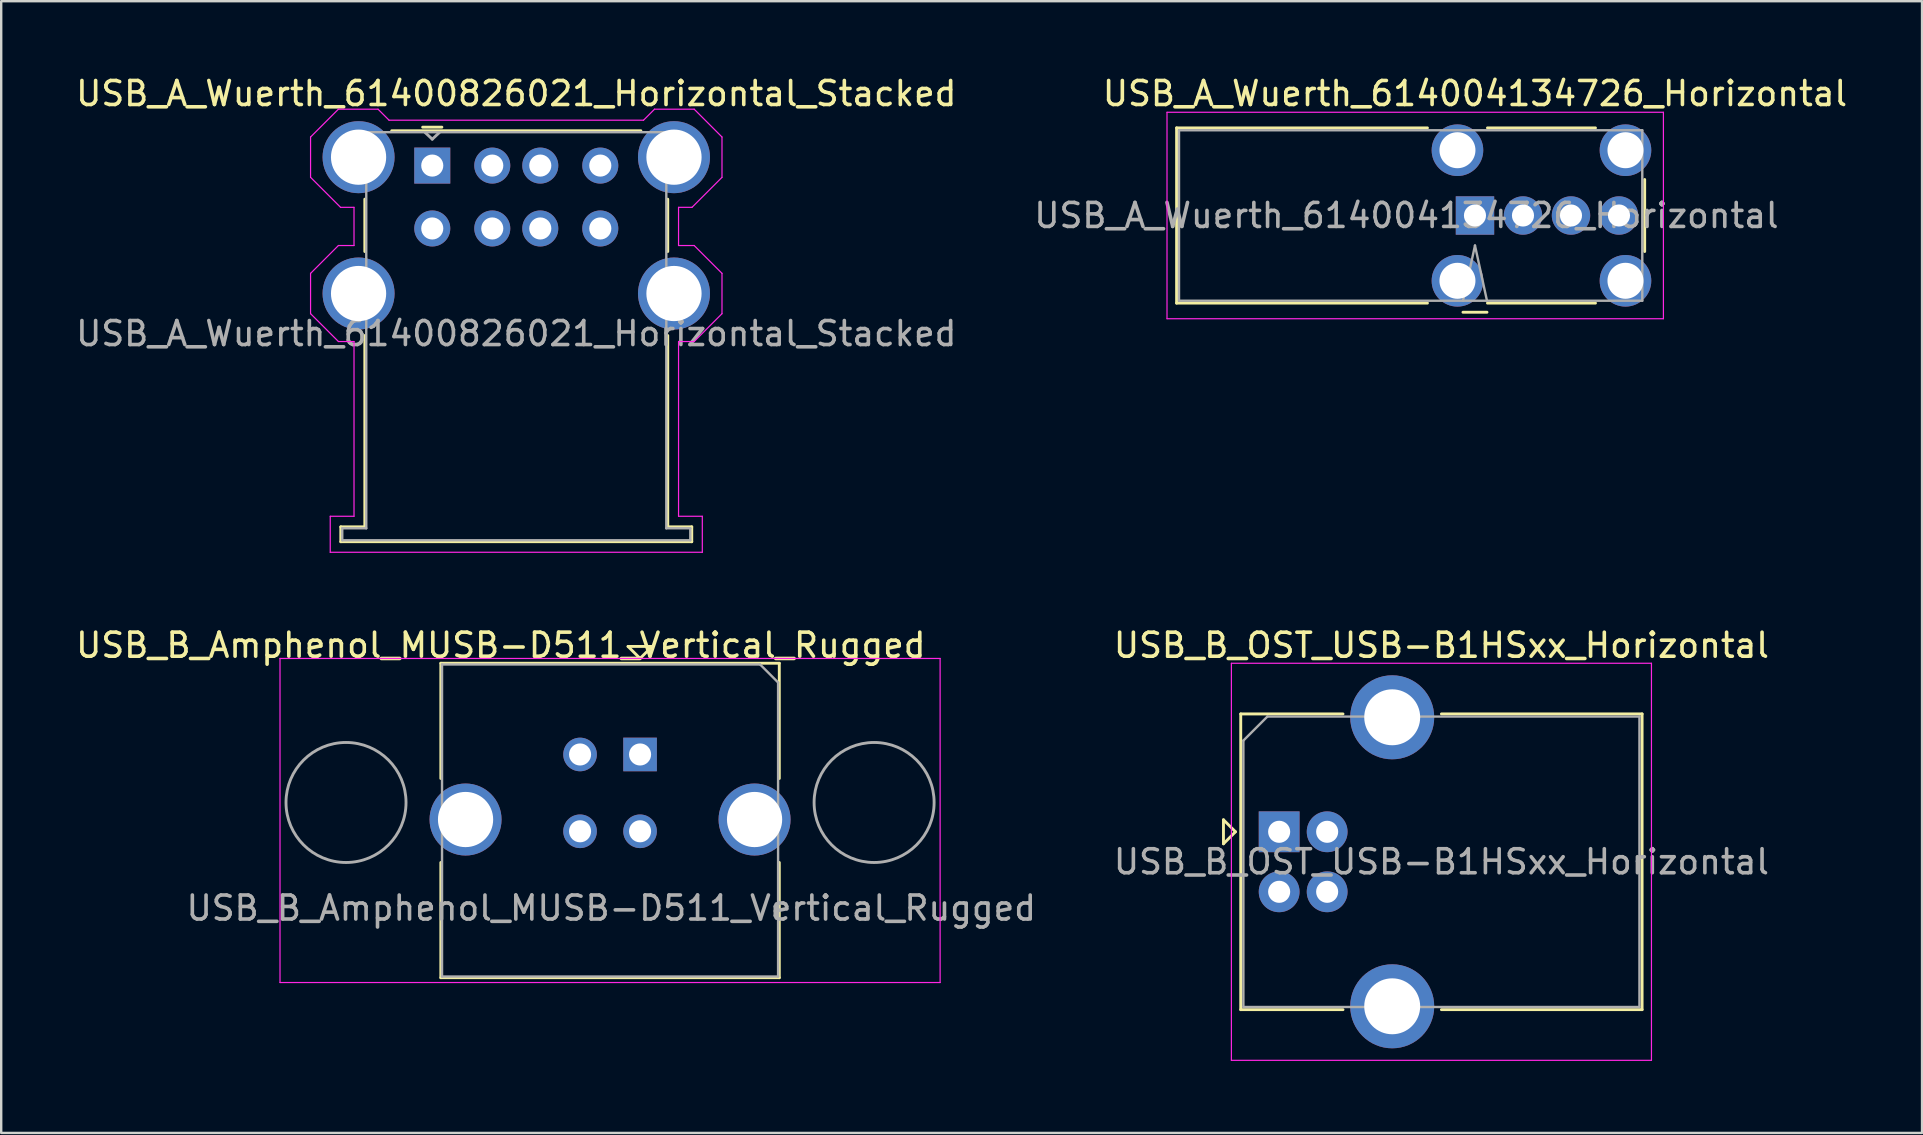
<source format=kicad_pcb>
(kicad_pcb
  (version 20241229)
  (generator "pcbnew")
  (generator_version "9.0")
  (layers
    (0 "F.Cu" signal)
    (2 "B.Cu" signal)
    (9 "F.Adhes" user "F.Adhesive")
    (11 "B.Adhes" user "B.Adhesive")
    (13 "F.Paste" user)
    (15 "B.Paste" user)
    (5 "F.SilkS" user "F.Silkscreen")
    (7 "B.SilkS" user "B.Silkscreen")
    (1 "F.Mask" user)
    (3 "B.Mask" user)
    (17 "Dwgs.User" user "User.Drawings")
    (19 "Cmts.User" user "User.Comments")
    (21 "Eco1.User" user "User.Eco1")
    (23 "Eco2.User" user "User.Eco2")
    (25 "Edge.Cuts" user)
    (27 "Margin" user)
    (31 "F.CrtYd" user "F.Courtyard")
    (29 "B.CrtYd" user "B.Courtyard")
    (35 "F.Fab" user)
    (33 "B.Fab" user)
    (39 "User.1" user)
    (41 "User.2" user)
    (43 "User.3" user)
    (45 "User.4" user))
  (footprint "USB_B_Amphenol_MUSB-D511_Vertical_Rugged"
    (layer "F.Cu")
    (at 23.615 28.381)
    (property "Reference" "USB_B_Amphenol_MUSB-D511_Vertical_Rugged" (at -5.8 -4.55 0) (layer "F.SilkS") (effects (font (size 1 1) (thickness 0.15))))
    (attr through_hole)
    (fp_line (start -8.3 -3.8) (end 5.8 -3.8) (stroke (width 0.12) (type solid)) (layer "F.SilkS"))
    (fp_line (start -8.3 1) (end -8.3 -3.8) (stroke (width 0.12) (type solid)) (layer "F.SilkS"))
    (fp_line (start -8.3 9.3) (end -8.3 4.5) (stroke (width 0.12) (type solid)) (layer "F.SilkS"))
    (fp_line (start -0.5 -4.5) (end 0 -4) (stroke (width 0.12) (type solid)) (layer "F.SilkS"))
    (fp_line (start 0 -4) (end 0.5 -4.5) (stroke (width 0.12) (type solid)) (layer "F.SilkS"))
    (fp_line (start 0.5 -4.5) (end -0.5 -4.5) (stroke (width 0.12) (type solid)) (layer "F.SilkS"))
    (fp_line (start 5.8 -3.8) (end 5.8 1) (stroke (width 0.12) (type solid)) (layer "F.SilkS"))
    (fp_line (start 5.8 4.5) (end 5.8 9.3) (stroke (width 0.12) (type solid)) (layer "F.SilkS"))
    (fp_line (start 5.8 9.3) (end -8.3 9.3) (stroke (width 0.12) (type solid)) (layer "F.SilkS"))
    (fp_line (start -15 -4) (end -15 9.5) (stroke (width 0.05) (type solid)) (layer "F.CrtYd"))
    (fp_line (start -15 -4) (end 12.5 -4) (stroke (width 0.05) (type solid)) (layer "F.CrtYd"))
    (fp_line (start 12.5 9.5) (end -15 9.5) (stroke (width 0.05) (type solid)) (layer "F.CrtYd"))
    (fp_line (start 12.5 9.5) (end 12.5 -4) (stroke (width 0.05) (type solid)) (layer "F.CrtYd"))
    (fp_line (start -8.25 -3.75) (end 5 -3.75) (stroke (width 0.1) (type solid)) (layer "F.Fab"))
    (fp_line (start -8.25 9.25) (end -8.25 -3.75) (stroke (width 0.1) (type solid)) (layer "F.Fab"))
    (fp_line (start 5 -3.75) (end 5.75 -3) (stroke (width 0.1) (type solid)) (layer "F.Fab"))
    (fp_line (start 5.75 -3) (end 5.75 9.25) (stroke (width 0.1) (type solid)) (layer "F.Fab"))
    (fp_line (start 5.75 9.25) (end -8.25 9.25) (stroke (width 0.1) (type solid)) (layer "F.Fab"))
    (fp_circle (center -12.25 2) (end -12.25 4.5) (stroke (width 0.12) (type solid)) (fill no) (layer "F.Fab"))
    (fp_circle (center 9.75 2) (end 9.75 4.5) (stroke (width 0.12) (type solid)) (fill no) (layer "F.Fab"))
    (fp_text user "${REFERENCE}" (at -1.2 6.4 0) (layer "F.Fab") (effects (font (size 1 1) (thickness 0.15))))
    (pad "1" thru_hole rect (at 0 0) (size 1.4 1.4) (drill 0.92) (layers "*.Cu" "*.Mask"))
    (pad "2" thru_hole circle (at -2.5 0) (size 1.4 1.4) (drill 0.92) (layers "*.Cu" "*.Mask"))
    (pad "3" thru_hole circle (at -2.5 3.2) (size 1.4 1.4) (drill 0.92) (layers "*.Cu" "*.Mask"))
    (pad "4" thru_hole circle (at 0 3.2) (size 1.4 1.4) (drill 0.92) (layers "*.Cu" "*.Mask"))
    (pad "5" thru_hole circle (at -7.27 2.71) (size 3 3) (drill 2.3) (layers "*.Cu" "*.Mask"))
    (pad "5" thru_hole circle (at 4.77 2.71) (size 3 3) (drill 2.3) (layers "*.Cu" "*.Mask")))
  (footprint "USB_A_Wuerth_614004134726_Horizontal"
    (layer "F.Cu")
    (at 58.397 5.928)
    (property "Reference" "USB_A_Wuerth_614004134726_Horizontal" (at 0 -5.08 0) (layer "F.SilkS") (effects (font (size 1 1) (thickness 0.15))))
    (attr through_hole)
    (fp_line (start -12.43 -3.65) (end -12.43 3.65) (stroke (width 0.12) (type solid)) (layer "F.SilkS"))
    (fp_line (start -12.43 -3.65) (end -1.98 -3.65) (stroke (width 0.12) (type solid)) (layer "F.SilkS"))
    (fp_line (start -12.43 3.65) (end -1.98 3.65) (stroke (width 0.12) (type solid)) (layer "F.SilkS"))
    (fp_line (start -0.5 4.03) (end 0.5 4.03) (stroke (width 0.12) (type solid)) (layer "F.SilkS"))
    (fp_line (start 0.52 -3.65) (end 5.02 -3.65) (stroke (width 0.12) (type solid)) (layer "F.SilkS"))
    (fp_line (start 0.52 3.65) (end 5.02 3.65) (stroke (width 0.12) (type solid)) (layer "F.SilkS"))
    (fp_line (start 7.07 -1.5) (end 7.07 1.5) (stroke (width 0.12) (type solid)) (layer "F.SilkS"))
    (fp_line (start -12.83 -4.3) (end 7.85 -4.3) (stroke (width 0.05) (type solid)) (layer "F.CrtYd"))
    (fp_line (start -12.83 4.3) (end -12.83 -4.3) (stroke (width 0.05) (type solid)) (layer "F.CrtYd"))
    (fp_line (start 7.85 -4.3) (end 7.85 4.3) (stroke (width 0.05) (type solid)) (layer "F.CrtYd"))
    (fp_line (start 7.85 4.3) (end -12.83 4.3) (stroke (width 0.05) (type solid)) (layer "F.CrtYd"))
    (fp_line (start -12.33 -3.55) (end 6.97 -3.55) (stroke (width 0.1) (type solid)) (layer "F.Fab"))
    (fp_line (start -12.33 3.55) (end -12.33 -3.55) (stroke (width 0.1) (type solid)) (layer "F.Fab"))
    (fp_line (start -0.5 3.55) (end 0 1.25) (stroke (width 0.1) (type solid)) (layer "F.Fab"))
    (fp_line (start 0 1.25) (end 0.5 3.55) (stroke (width 0.1) (type solid)) (layer "F.Fab"))
    (fp_line (start 6.97 -3.55) (end 6.97 3.55) (stroke (width 0.1) (type solid)) (layer "F.Fab"))
    (fp_line (start 6.97 3.55) (end -12.33 3.55) (stroke (width 0.1) (type solid)) (layer "F.Fab"))
    (fp_text user "${REFERENCE}" (at -2.855 0 0) (layer "F.Fab") (effects (font (size 1 1) (thickness 0.15))))
    (pad "1" thru_hole rect (at 0 0) (size 1.6 1.6) (drill 0.92) (layers "*.Cu" "*.Mask"))
    (pad "2" thru_hole circle (at 2 0) (size 1.6 1.6) (drill 0.92) (layers "*.Cu" "*.Mask"))
    (pad "3" thru_hole circle (at 4 0) (size 1.6 1.6) (drill 0.92) (layers "*.Cu" "*.Mask"))
    (pad "4" thru_hole circle (at 6 0) (size 1.6 1.6) (drill 0.92) (layers "*.Cu" "*.Mask"))
    (pad "5" thru_hole circle (at -0.73 -2.72) (size 2.15 2.15) (drill 1.5) (layers "*.Cu" "*.Mask"))
    (pad "5" thru_hole circle (at -0.73 2.72) (size 2.15 2.15) (drill 1.5) (layers "*.Cu" "*.Mask"))
    (pad "5" thru_hole circle (at 6.27 -2.72) (size 2.15 2.15) (drill 1.5) (layers "*.Cu" "*.Mask"))
    (pad "5" thru_hole circle (at 6.27 2.72) (size 2.15 2.15) (drill 1.5) (layers "*.Cu" "*.Mask")))
  (footprint "USB_B_OST_USB-B1HSxx_Horizontal"
    (layer "F.Cu")
    (at 50.239 31.602)
    (property "Reference" "USB_B_OST_USB-B1HSxx_Horizontal" (at 6.76 -7.77 0) (layer "F.SilkS") (effects (font (size 1 1) (thickness 0.15))))
    (attr through_hole)
    (fp_line (start -2.32 -0.5) (end -2.32 0.5) (stroke (width 0.12) (type solid)) (layer "F.SilkS"))
    (fp_line (start -2.32 0.5) (end -1.82 0) (stroke (width 0.12) (type solid)) (layer "F.SilkS"))
    (fp_line (start -1.82 0) (end -2.32 -0.5) (stroke (width 0.12) (type solid)) (layer "F.SilkS"))
    (fp_line (start -1.6 -4.91) (end -1.6 7.41) (stroke (width 0.12) (type solid)) (layer "F.SilkS"))
    (fp_line (start -1.6 7.41) (end 2.66 7.41) (stroke (width 0.12) (type solid)) (layer "F.SilkS"))
    (fp_line (start 2.66 -4.91) (end -1.6 -4.91) (stroke (width 0.12) (type solid)) (layer "F.SilkS"))
    (fp_line (start 6.76 -4.91) (end 15.12 -4.91) (stroke (width 0.12) (type solid)) (layer "F.SilkS"))
    (fp_line (start 15.12 -4.91) (end 15.12 7.41) (stroke (width 0.12) (type solid)) (layer "F.SilkS"))
    (fp_line (start 15.12 7.41) (end 6.76 7.41) (stroke (width 0.12) (type solid)) (layer "F.SilkS"))
    (fp_line (start -1.99 -7.02) (end -1.99 9.52) (stroke (width 0.05) (type solid)) (layer "F.CrtYd"))
    (fp_line (start -1.99 9.52) (end 15.51 9.52) (stroke (width 0.05) (type solid)) (layer "F.CrtYd"))
    (fp_line (start 15.51 -7.02) (end -1.99 -7.02) (stroke (width 0.05) (type solid)) (layer "F.CrtYd"))
    (fp_line (start 15.51 9.52) (end 15.51 -7.02) (stroke (width 0.05) (type solid)) (layer "F.CrtYd"))
    (fp_line (start -1.49 -3.8) (end -0.49 -4.8) (stroke (width 0.1) (type solid)) (layer "F.Fab"))
    (fp_line (start -1.49 7.3) (end -1.49 -3.8) (stroke (width 0.1) (type solid)) (layer "F.Fab"))
    (fp_line (start -0.49 -4.8) (end 15.01 -4.8) (stroke (width 0.1) (type solid)) (layer "F.Fab"))
    (fp_line (start 15.01 -4.8) (end 15.01 7.3) (stroke (width 0.1) (type solid)) (layer "F.Fab"))
    (fp_line (start 15.01 7.3) (end -1.49 7.3) (stroke (width 0.1) (type solid)) (layer "F.Fab"))
    (fp_text user "${REFERENCE}" (at 6.76 1.25 0) (layer "F.Fab") (effects (font (size 1 1) (thickness 0.15))))
    (pad "1" thru_hole rect (at 0 0) (size 1.7 1.7) (drill 0.92) (layers "*.Cu" "*.Mask"))
    (pad "2" thru_hole circle (at 0 2.5) (size 1.7 1.7) (drill 0.92) (layers "*.Cu" "*.Mask"))
    (pad "3" thru_hole circle (at 2 2.5) (size 1.7 1.7) (drill 0.92) (layers "*.Cu" "*.Mask"))
    (pad "4" thru_hole circle (at 2 0) (size 1.7 1.7) (drill 0.92) (layers "*.Cu" "*.Mask"))
    (pad "5" thru_hole circle (at 4.71 -4.77) (size 3.5 3.5) (drill 2.33) (layers "*.Cu" "*.Mask"))
    (pad "5" thru_hole circle (at 4.71 7.27) (size 3.5 3.5) (drill 2.33) (layers "*.Cu" "*.Mask")))
  (footprint "USB_A_Wuerth_61400826021_Horizontal_Stacked"
    (layer "F.Cu")
    (at 14.958 3.848)
    (property "Reference" "USB_A_Wuerth_61400826021_Horizontal_Stacked" (at 3.5 -3 0) (layer "F.SilkS") (effects (font (size 1 1) (thickness 0.15))))
    (attr through_hole)
    (fp_line (start -3.81 15.05) (end -2.81 15.05) (stroke (width 0.12) (type solid)) (layer "F.SilkS"))
    (fp_line (start -3.81 15.67) (end -3.81 15.05) (stroke (width 0.12) (type solid)) (layer "F.SilkS"))
    (fp_line (start -2.81 3.58) (end -2.81 1.4) (stroke (width 0.12) (type solid)) (layer "F.SilkS"))
    (fp_line (start -2.81 15.05) (end -2.81 7.08) (stroke (width 0.12) (type solid)) (layer "F.SilkS"))
    (fp_line (start -1.69 -1.45) (end 8.69 -1.45) (stroke (width 0.12) (type solid)) (layer "F.SilkS"))
    (fp_line (start 0.4 -1.6) (end -0.4 -1.6) (stroke (width 0.12) (type solid)) (layer "F.SilkS"))
    (fp_line (start 9.81 3.58) (end 9.81 1.4) (stroke (width 0.12) (type solid)) (layer "F.SilkS"))
    (fp_line (start 9.81 7.08) (end 9.81 15.05) (stroke (width 0.12) (type solid)) (layer "F.SilkS"))
    (fp_line (start 9.81 15.05) (end 10.81 15.05) (stroke (width 0.12) (type solid)) (layer "F.SilkS"))
    (fp_line (start 10.81 15.05) (end 10.81 15.67) (stroke (width 0.12) (type solid)) (layer "F.SilkS"))
    (fp_line (start 10.81 15.67) (end -3.81 15.67) (stroke (width 0.12) (type solid)) (layer "F.SilkS"))
    (fp_line (start -5.07 -1.19) (end -5.07 0.49) (stroke (width 0.05) (type solid)) (layer "F.CrtYd"))
    (fp_line (start -5.07 0.49) (end -3.82 1.74) (stroke (width 0.05) (type solid)) (layer "F.CrtYd"))
    (fp_line (start -5.07 4.49) (end -5.07 6.17) (stroke (width 0.05) (type solid)) (layer "F.CrtYd"))
    (fp_line (start -5.07 6.17) (end -3.91 7.33) (stroke (width 0.05) (type solid)) (layer "F.CrtYd"))
    (fp_line (start -4.25 14.61) (end -4.25 16.11) (stroke (width 0.05) (type solid)) (layer "F.CrtYd"))
    (fp_line (start -4.25 16.11) (end 11.25 16.11) (stroke (width 0.05) (type solid)) (layer "F.CrtYd"))
    (fp_line (start -3.91 -2.35) (end -5.07 -1.19) (stroke (width 0.05) (type solid)) (layer "F.CrtYd"))
    (fp_line (start -3.91 3.33) (end -5.07 4.49) (stroke (width 0.05) (type solid)) (layer "F.CrtYd"))
    (fp_line (start -3.91 3.33) (end -3.26 3.33) (stroke (width 0.05) (type solid)) (layer "F.CrtYd"))
    (fp_line (start -3.82 1.74) (end -3.26 1.74) (stroke (width 0.05) (type solid)) (layer "F.CrtYd"))
    (fp_line (start -3.26 1.74) (end -3.26 3.33) (stroke (width 0.05) (type solid)) (layer "F.CrtYd"))
    (fp_line (start -3.26 7.33) (end -3.91 7.33) (stroke (width 0.05) (type solid)) (layer "F.CrtYd"))
    (fp_line (start -3.26 7.33) (end -3.26 14.61) (stroke (width 0.05) (type solid)) (layer "F.CrtYd"))
    (fp_line (start -3.26 14.61) (end -4.25 14.61) (stroke (width 0.05) (type solid)) (layer "F.CrtYd"))
    (fp_line (start -2.26 -2.35) (end -3.91 -2.35) (stroke (width 0.05) (type solid)) (layer "F.CrtYd"))
    (fp_line (start -2.26 -2.35) (end -1.8 -1.89) (stroke (width 0.05) (type solid)) (layer "F.CrtYd"))
    (fp_line (start 8.8 -1.89) (end -1.8 -1.89) (stroke (width 0.05) (type solid)) (layer "F.CrtYd"))
    (fp_line (start 9.26 -2.35) (end 8.8 -1.89) (stroke (width 0.05) (type solid)) (layer "F.CrtYd"))
    (fp_line (start 10.26 1.74) (end 10.26 3.33) (stroke (width 0.05) (type solid)) (layer "F.CrtYd"))
    (fp_line (start 10.26 1.74) (end 10.82 1.74) (stroke (width 0.05) (type solid)) (layer "F.CrtYd"))
    (fp_line (start 10.26 3.33) (end 10.91 3.33) (stroke (width 0.05) (type solid)) (layer "F.CrtYd"))
    (fp_line (start 10.26 7.33) (end 10.26 14.61) (stroke (width 0.05) (type solid)) (layer "F.CrtYd"))
    (fp_line (start 10.26 7.33) (end 10.91 7.33) (stroke (width 0.05) (type solid)) (layer "F.CrtYd"))
    (fp_line (start 10.26 14.61) (end 11.25 14.61) (stroke (width 0.05) (type solid)) (layer "F.CrtYd"))
    (fp_line (start 10.91 -2.35) (end 9.26 -2.35) (stroke (width 0.05) (type solid)) (layer "F.CrtYd"))
    (fp_line (start 10.91 -2.35) (end 12.07 -1.19) (stroke (width 0.05) (type solid)) (layer "F.CrtYd"))
    (fp_line (start 10.91 3.33) (end 12.07 4.49) (stroke (width 0.05) (type solid)) (layer "F.CrtYd"))
    (fp_line (start 11.25 14.61) (end 11.25 16.11) (stroke (width 0.05) (type solid)) (layer "F.CrtYd"))
    (fp_line (start 12.07 -1.19) (end 12.07 0.49) (stroke (width 0.05) (type solid)) (layer "F.CrtYd"))
    (fp_line (start 12.07 0.49) (end 10.82 1.74) (stroke (width 0.05) (type solid)) (layer "F.CrtYd"))
    (fp_line (start 12.07 4.49) (end 12.07 6.17) (stroke (width 0.05) (type solid)) (layer "F.CrtYd"))
    (fp_line (start 12.07 6.17) (end 10.91 7.33) (stroke (width 0.05) (type solid)) (layer "F.CrtYd"))
    (fp_line (start -3.75 15.11) (end -3.75 15.61) (stroke (width 0.1) (type solid)) (layer "F.Fab"))
    (fp_line (start -2.75 -1.39) (end -2.75 15.11) (stroke (width 0.1) (type solid)) (layer "F.Fab"))
    (fp_line (start -2.75 15.11) (end -3.75 15.11) (stroke (width 0.1) (type solid)) (layer "F.Fab"))
    (fp_line (start 0 -1.1) (end -0.3 -1.38) (stroke (width 0.12) (type solid)) (layer "F.Fab"))
    (fp_line (start 0 -1.1) (end 0.3 -1.38) (stroke (width 0.12) (type solid)) (layer "F.Fab"))
    (fp_line (start 9.75 -1.39) (end -2.75 -1.39) (stroke (width 0.1) (type solid)) (layer "F.Fab"))
    (fp_line (start 9.75 -1.39) (end 9.75 15.11) (stroke (width 0.1) (type solid)) (layer "F.Fab"))
    (fp_line (start 9.75 15.11) (end 10.75 15.11) (stroke (width 0.1) (type solid)) (layer "F.Fab"))
    (fp_line (start 10.75 15.11) (end 10.75 15.61) (stroke (width 0.1) (type solid)) (layer "F.Fab"))
    (fp_line (start 10.75 15.61) (end -3.75 15.61) (stroke (width 0.1) (type solid)) (layer "F.Fab"))
    (fp_text user "${REFERENCE}" (at 3.5 7 0) (layer "F.Fab") (effects (font (size 1 1) (thickness 0.15))))
    (pad "1" thru_hole rect (at 0 0) (size 1.5 1.5) (drill 0.92) (layers "*.Cu" "*.Mask"))
    (pad "2" thru_hole circle (at 2.5 0) (size 1.5 1.5) (drill 0.92) (layers "*.Cu" "*.Mask"))
    (pad "3" thru_hole circle (at 4.5 0) (size 1.5 1.5) (drill 0.92) (layers "*.Cu" "*.Mask"))
    (pad "4" thru_hole circle (at 7 0) (size 1.5 1.5) (drill 0.92) (layers "*.Cu" "*.Mask"))
    (pad "5" thru_hole circle (at 0 2.62) (size 1.5 1.5) (drill 0.92) (layers "*.Cu" "*.Mask"))
    (pad "6" thru_hole circle (at 2.5 2.62) (size 1.5 1.5) (drill 0.92) (layers "*.Cu" "*.Mask"))
    (pad "7" thru_hole circle (at 4.5 2.62) (size 1.5 1.5) (drill 0.92) (layers "*.Cu" "*.Mask"))
    (pad "8" thru_hole circle (at 7 2.62) (size 1.5 1.5) (drill 0.92) (layers "*.Cu" "*.Mask"))
    (pad "9" thru_hole circle (at -3.07 -0.35) (size 3 3) (drill 2.3) (layers "*.Cu" "*.Mask"))
    (pad "9" thru_hole circle (at -3.07 5.33) (size 3 3) (drill 2.3) (layers "*.Cu" "*.Mask"))
    (pad "9" thru_hole circle (at 10.07 -0.35) (size 3 3) (drill 2.3) (layers "*.Cu" "*.Mask"))
    (pad "9" thru_hole circle (at 10.07 5.33) (size 3 3) (drill 2.3) (layers "*.Cu" "*.Mask")))
  (gr_rect
    (start -3 -3)
    (end 77.022 44.147)
    (stroke (width 0.1) (type default))
    (fill no)
    (layer "Edge.Cuts")))
</source>
